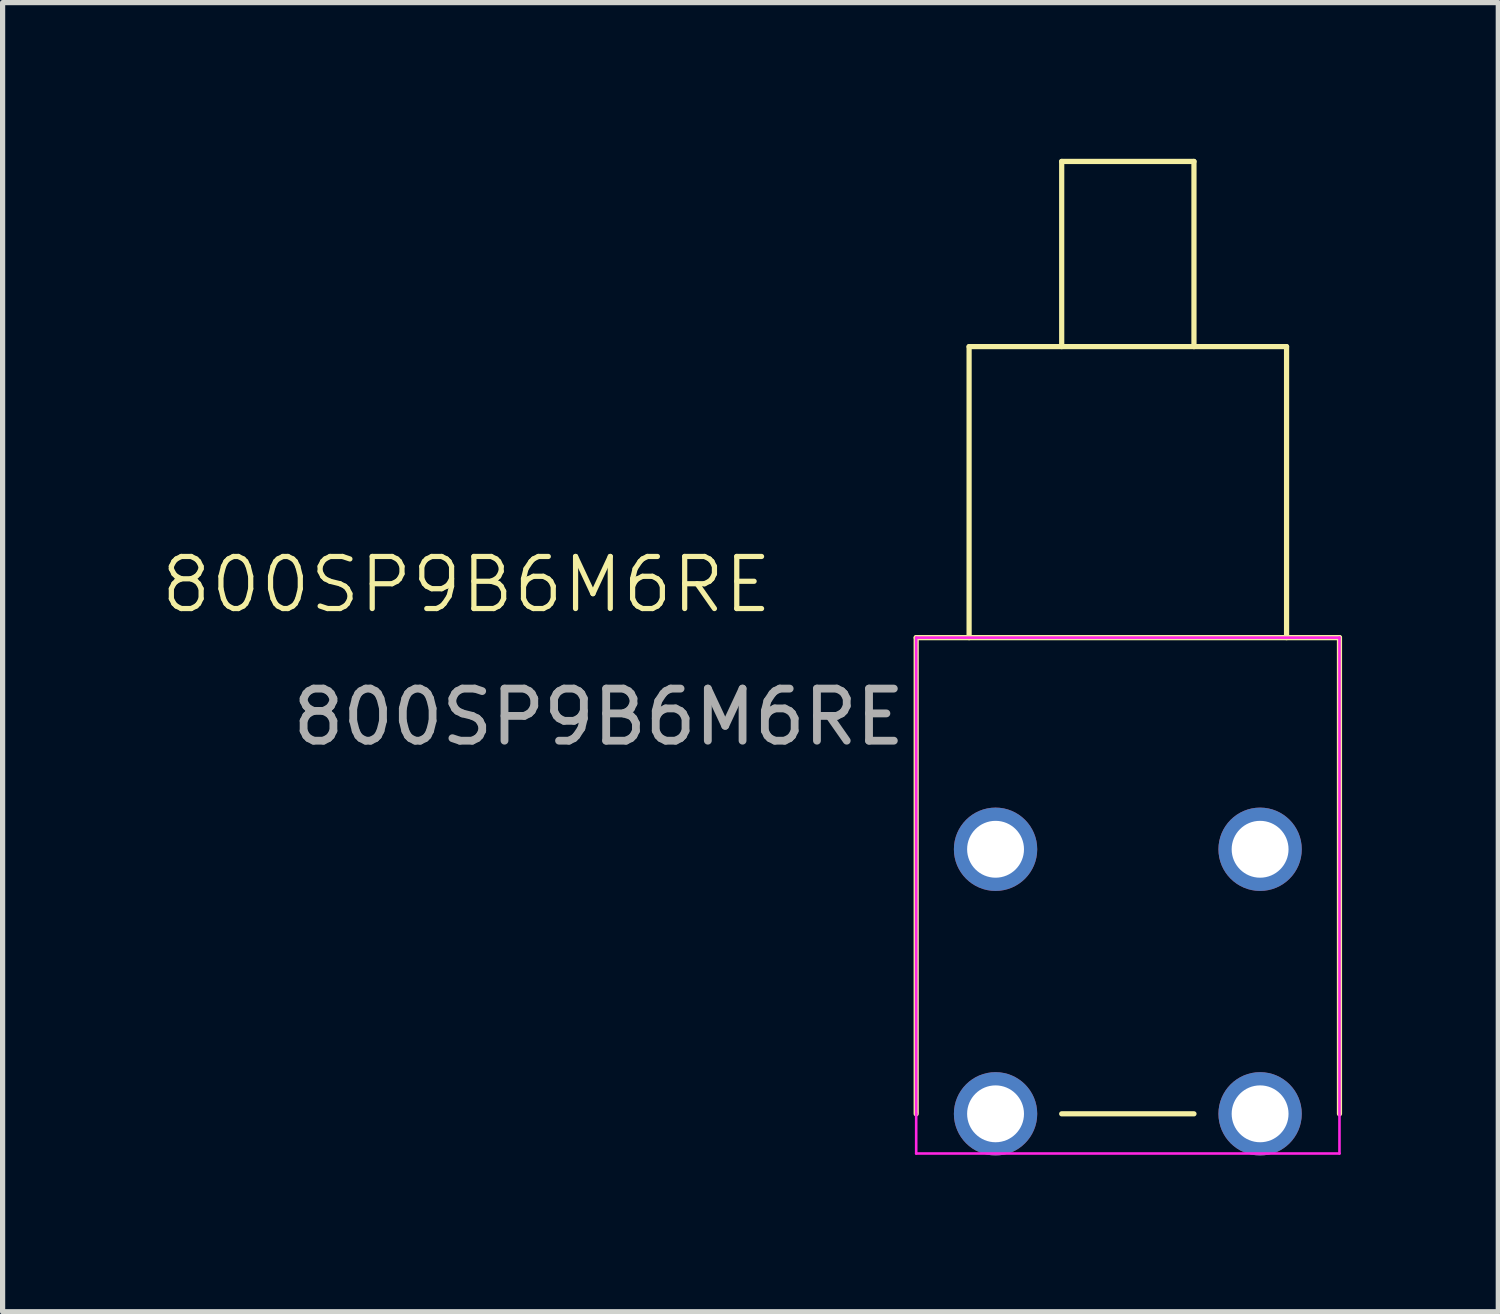
<source format=kicad_pcb>
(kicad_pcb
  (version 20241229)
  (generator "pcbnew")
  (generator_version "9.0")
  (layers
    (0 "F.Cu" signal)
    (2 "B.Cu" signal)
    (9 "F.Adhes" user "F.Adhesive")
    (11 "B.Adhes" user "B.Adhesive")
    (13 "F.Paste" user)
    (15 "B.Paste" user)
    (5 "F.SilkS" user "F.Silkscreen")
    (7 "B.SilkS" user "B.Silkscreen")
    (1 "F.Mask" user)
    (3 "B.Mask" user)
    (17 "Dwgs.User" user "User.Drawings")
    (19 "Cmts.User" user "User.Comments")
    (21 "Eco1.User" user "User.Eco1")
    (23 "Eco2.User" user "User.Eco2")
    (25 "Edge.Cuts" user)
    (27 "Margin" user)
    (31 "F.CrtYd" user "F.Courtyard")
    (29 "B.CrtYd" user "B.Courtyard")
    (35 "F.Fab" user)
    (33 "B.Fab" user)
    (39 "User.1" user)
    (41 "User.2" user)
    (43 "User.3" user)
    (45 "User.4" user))
  (footprint "800SP9B6M6RE"
    (layer "F.Cu")
    (at 18.607 15.798)
    (property "Reference" "800SP9B6M6RE" (at -12.7 -7.62 0) (unlocked yes) (layer "F.SilkS") (effects (font (size 1 1) (thickness 0.1))))
    (attr through_hole)
    (fp_line (start -4.064 -6.604) (end 4.064 -6.604) (stroke (width 0.1) (type default)) (layer "F.SilkS"))
    (fp_line (start -4.064 2.54) (end -4.064 -6.604) (stroke (width 0.1) (type default)) (layer "F.SilkS"))
    (fp_line (start -3.048 -12.192) (end 3.048 -12.192) (stroke (width 0.1) (type default)) (layer "F.SilkS"))
    (fp_line (start -3.048 -6.604) (end -3.048 -12.192) (stroke (width 0.1) (type default)) (layer "F.SilkS"))
    (fp_line (start -1.27 -15.748) (end 1.27 -15.748) (stroke (width 0.1) (type default)) (layer "F.SilkS"))
    (fp_line (start -1.27 -12.192) (end -1.27 -15.748) (stroke (width 0.1) (type default)) (layer "F.SilkS"))
    (fp_line (start -1.27 2.54) (end 1.27 2.54) (stroke (width 0.1) (type default)) (layer "F.SilkS"))
    (fp_line (start 1.27 -15.748) (end 1.27 -12.192) (stroke (width 0.1) (type default)) (layer "F.SilkS"))
    (fp_line (start 3.048 -12.192) (end 3.048 -6.604) (stroke (width 0.1) (type default)) (layer "F.SilkS"))
    (fp_line (start 4.064 -6.604) (end 4.064 2.54) (stroke (width 0.1) (type default)) (layer "F.SilkS"))
    (fp_line (start -4.064 -6.604) (end 4.064 -6.604) (stroke (width 0.05) (type default)) (layer "F.CrtYd"))
    (fp_line (start -4.064 2.54) (end -4.064 -6.604) (stroke (width 0.05) (type default)) (layer "F.CrtYd"))
    (fp_line (start -4.064 3.302) (end -4.064 2.54) (stroke (width 0.05) (type default)) (layer "F.CrtYd"))
    (fp_line (start 4.064 -6.604) (end 4.064 3.302) (stroke (width 0.05) (type default)) (layer "F.CrtYd"))
    (fp_line (start 4.064 3.302) (end -4.064 3.302) (stroke (width 0.05) (type default)) (layer "F.CrtYd"))
    (fp_text user "${REFERENCE}" (at -10.16 -5.08 0) (unlocked yes) (layer "F.Fab") (effects (font (size 1 1) (thickness 0.15))))
    (pad "1" thru_hole circle (at -2.54 2.54) (size 1.6 1.6) (drill 1.092) (layers "*.Cu" "*.Mask"))
    (pad "2" thru_hole circle (at 2.54 2.54) (size 1.6 1.6) (drill 1.092) (layers "*.Cu" "*.Mask"))
    (pad "3" thru_hole circle (at -2.54 -2.54) (size 1.6 1.6) (drill 1.092) (layers "*.Cu" "*.Mask"))
    (pad "4" thru_hole circle (at 2.54 -2.54) (size 1.6 1.6) (drill 1.092) (layers "*.Cu" "*.Mask")))
  (gr_rect
    (start -3 -3)
    (end 25.721 22.138)
    (stroke (width 0.1) (type default))
    (fill no)
    (layer "Edge.Cuts")))
</source>
